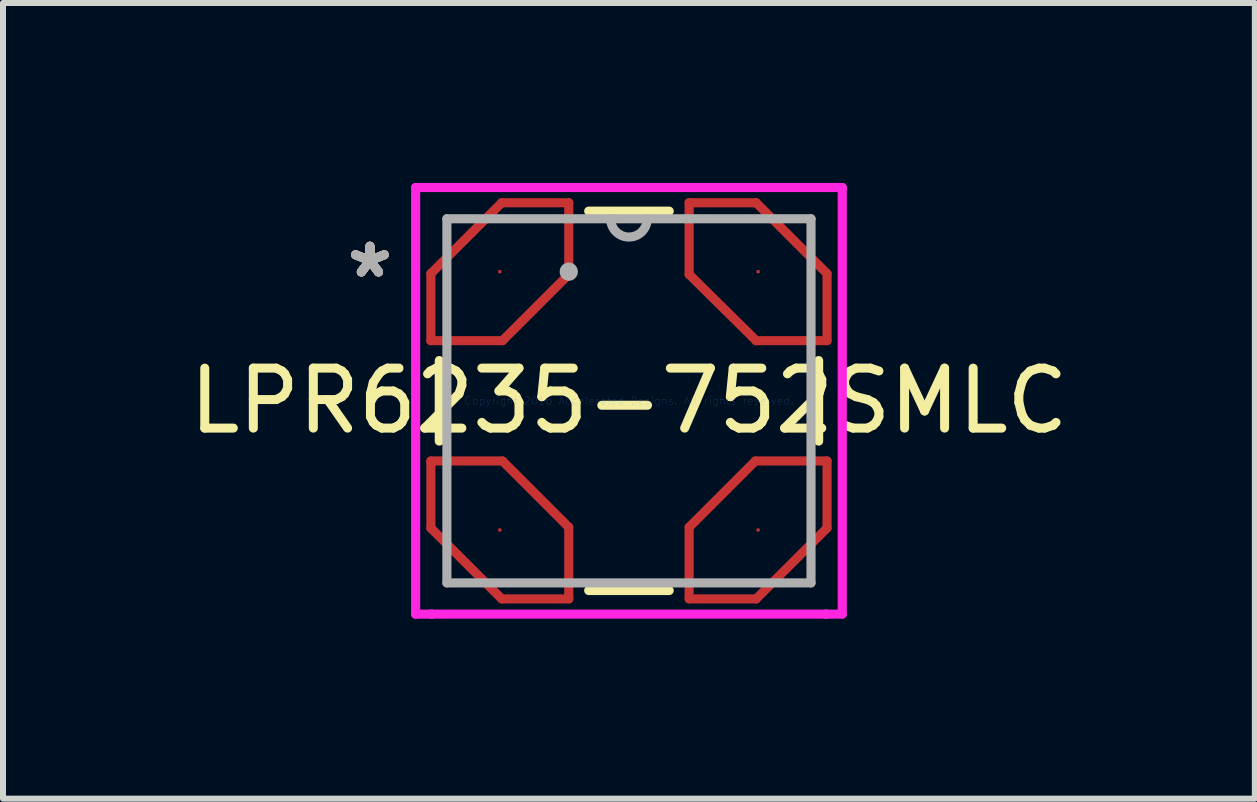
<source format=kicad_pcb>
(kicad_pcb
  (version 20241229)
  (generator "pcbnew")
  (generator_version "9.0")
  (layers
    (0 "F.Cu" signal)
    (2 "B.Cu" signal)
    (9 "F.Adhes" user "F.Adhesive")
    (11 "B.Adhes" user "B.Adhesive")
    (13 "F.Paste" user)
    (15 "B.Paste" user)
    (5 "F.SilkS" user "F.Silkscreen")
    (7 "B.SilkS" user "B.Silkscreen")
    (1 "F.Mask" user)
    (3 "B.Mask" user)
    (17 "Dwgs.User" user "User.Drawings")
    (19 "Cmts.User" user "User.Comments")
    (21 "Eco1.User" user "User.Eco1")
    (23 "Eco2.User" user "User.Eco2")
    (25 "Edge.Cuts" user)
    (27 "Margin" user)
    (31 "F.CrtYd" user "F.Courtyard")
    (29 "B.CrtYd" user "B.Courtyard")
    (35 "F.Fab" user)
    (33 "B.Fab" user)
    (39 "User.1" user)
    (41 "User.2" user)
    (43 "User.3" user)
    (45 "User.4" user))
  (footprint "LPR6235-752SMLC"
    (layer "F.Cu")
    (at 7.435 3.632)
    (property "Reference" "LPR6235-752SMLC" (at 0 0 0) (layer "F.SilkS") (effects (font (size 1 1) (thickness 0.15))))
    (attr through_hole)
    (fp_line (start -3.302 -2.121) (end -2.121 -3.302) (stroke (width 0.152) (type solid)) (layer "F.Cu"))
    (fp_line (start -3.302 -1.003) (end -3.302 -2.121) (stroke (width 0.152) (type solid)) (layer "F.Cu"))
    (fp_line (start -3.302 1.003) (end -3.302 2.121) (stroke (width 0.152) (type solid)) (layer "F.Cu"))
    (fp_line (start -3.302 2.121) (end -2.121 3.302) (stroke (width 0.152) (type solid)) (layer "F.Cu"))
    (fp_line (start -2.121 -3.302) (end -1.003 -3.302) (stroke (width 0.152) (type solid)) (layer "F.Cu"))
    (fp_line (start -2.121 3.302) (end -1.003 3.302) (stroke (width 0.152) (type solid)) (layer "F.Cu"))
    (fp_line (start -2.108 -1.003) (end -3.302 -1.003) (stroke (width 0.152) (type solid)) (layer "F.Cu"))
    (fp_line (start -2.108 1.003) (end -3.302 1.003) (stroke (width 0.152) (type solid)) (layer "F.Cu"))
    (fp_line (start -1.003 -3.302) (end -1.003 -2.108) (stroke (width 0.152) (type solid)) (layer "F.Cu"))
    (fp_line (start -1.003 -2.108) (end -2.108 -1.003) (stroke (width 0.152) (type solid)) (layer "F.Cu"))
    (fp_line (start -1.003 2.108) (end -2.108 1.003) (stroke (width 0.152) (type solid)) (layer "F.Cu"))
    (fp_line (start -1.003 3.302) (end -1.003 2.108) (stroke (width 0.152) (type solid)) (layer "F.Cu"))
    (fp_line (start 1.003 -3.302) (end 1.003 -2.108) (stroke (width 0.152) (type solid)) (layer "F.Cu"))
    (fp_line (start 1.003 -2.108) (end 2.121 -1.003) (stroke (width 0.152) (type solid)) (layer "F.Cu"))
    (fp_line (start 1.003 2.108) (end 2.108 1.003) (stroke (width 0.152) (type solid)) (layer "F.Cu"))
    (fp_line (start 1.003 3.302) (end 1.003 2.108) (stroke (width 0.152) (type solid)) (layer "F.Cu"))
    (fp_line (start 2.108 1.003) (end 3.302 1.003) (stroke (width 0.152) (type solid)) (layer "F.Cu"))
    (fp_line (start 2.121 -3.302) (end 1.003 -3.302) (stroke (width 0.152) (type solid)) (layer "F.Cu"))
    (fp_line (start 2.121 -1.003) (end 3.302 -1.003) (stroke (width 0.152) (type solid)) (layer "F.Cu"))
    (fp_line (start 2.121 3.302) (end 1.003 3.302) (stroke (width 0.152) (type solid)) (layer "F.Cu"))
    (fp_line (start 3.302 -2.121) (end 2.121 -3.302) (stroke (width 0.152) (type solid)) (layer "F.Cu"))
    (fp_line (start 3.302 -1.003) (end 3.302 -2.121) (stroke (width 0.152) (type solid)) (layer "F.Cu"))
    (fp_line (start 3.302 1.003) (end 3.302 2.121) (stroke (width 0.152) (type solid)) (layer "F.Cu"))
    (fp_line (start 3.302 2.121) (end 2.121 3.302) (stroke (width 0.152) (type solid)) (layer "F.Cu"))
    (fp_line (start -3.162 -0.671) (end -3.162 0.671) (stroke (width 0.152) (type solid)) (layer "F.SilkS"))
    (fp_line (start -0.671 3.162) (end 0.671 3.162) (stroke (width 0.152) (type solid)) (layer "F.SilkS"))
    (fp_line (start 0.671 -3.162) (end -0.671 -3.162) (stroke (width 0.152) (type solid)) (layer "F.SilkS"))
    (fp_line (start 3.162 0.671) (end 3.162 -0.671) (stroke (width 0.152) (type solid)) (layer "F.SilkS"))
    (fp_line (start -3.556 -3.556) (end -3.289 -3.556) (stroke (width 0.152) (type solid)) (layer "F.CrtYd"))
    (fp_line (start -3.556 3.556) (end -3.556 -3.556) (stroke (width 0.152) (type solid)) (layer "F.CrtYd"))
    (fp_line (start -3.289 -3.556) (end -3.289 -3.556) (stroke (width 0.152) (type solid)) (layer "F.CrtYd"))
    (fp_line (start -3.289 -3.556) (end 3.289 -3.556) (stroke (width 0.152) (type solid)) (layer "F.CrtYd"))
    (fp_line (start -3.289 3.556) (end -3.556 3.556) (stroke (width 0.152) (type solid)) (layer "F.CrtYd"))
    (fp_line (start -3.289 3.556) (end -3.289 3.556) (stroke (width 0.152) (type solid)) (layer "F.CrtYd"))
    (fp_line (start 3.289 -3.556) (end 3.289 -3.556) (stroke (width 0.152) (type solid)) (layer "F.CrtYd"))
    (fp_line (start 3.289 -3.556) (end 3.556 -3.556) (stroke (width 0.152) (type solid)) (layer "F.CrtYd"))
    (fp_line (start 3.289 3.556) (end -3.289 3.556) (stroke (width 0.152) (type solid)) (layer "F.CrtYd"))
    (fp_line (start 3.289 3.556) (end 3.289 3.556) (stroke (width 0.152) (type solid)) (layer "F.CrtYd"))
    (fp_line (start 3.556 -3.556) (end 3.556 3.556) (stroke (width 0.152) (type solid)) (layer "F.CrtYd"))
    (fp_line (start 3.556 3.556) (end 3.289 3.556) (stroke (width 0.152) (type solid)) (layer "F.CrtYd"))
    (fp_line (start -3.035 -3.035) (end -3.035 3.035) (stroke (width 0.152) (type solid)) (layer "F.Fab"))
    (fp_line (start -3.035 3.035) (end 3.035 3.035) (stroke (width 0.152) (type solid)) (layer "F.Fab"))
    (fp_line (start 3.035 -3.035) (end -3.035 -3.035) (stroke (width 0.152) (type solid)) (layer "F.Fab"))
    (fp_line (start 3.035 3.035) (end 3.035 -3.035) (stroke (width 0.152) (type solid)) (layer "F.Fab"))
    (fp_arc (start 0.3048 -3.0353) (mid 0 -2.7305) (end -0.3048 -3.0353) (stroke (width 0.1524) (type solid)) (layer "F.Fab"))
    (fp_circle (center -1.003 -2.153) (end -1.003 -2.153) (stroke (width 0.152) (type solid)) (fill no) (layer "F.Fab"))
    (fp_text user "*" (at -4.318 -2.032 0) (layer "F.SilkS") (effects (font (size 1 1) (thickness 0.15))))
    (fp_text user "*" (at -4.318 -2.032 0) (layer "F.SilkS") (effects (font (size 1 1) (thickness 0.15))))
    (fp_text user "*" (at -4.318 -2.032 0) (layer "B.SilkS") (effects (font (size 1 1) (thickness 0.15))))
    (fp_text user "Copyright 2016 Accelerated Designs. All rights reserved." (at 0 0 0) (layer "Cmts.User") (effects (font (size 0.127 0.127) (thickness 0.002))))
    (fp_text user "*" (at -4.318 -2.032 0) (layer "F.Fab") (effects (font (size 1 1) (thickness 0.15))))
    (fp_text user "*" (at -4.318 -2.032 0) (layer "F.Fab") (effects (font (size 1 1) (thickness 0.15))))
    (pad "1" smd rect (at -2.153 -2.153) (size 0.051 0.051) (layers "F.Cu" "F.Mask" "F.Paste"))
    (pad "2" smd rect (at -2.153 2.153) (size 0.051 0.051) (layers "F.Cu" "F.Mask" "F.Paste"))
    (pad "3" smd rect (at 2.153 2.153) (size 0.051 0.051) (layers "F.Cu" "F.Mask" "F.Paste"))
    (pad "4" smd rect (at 2.153 -2.153) (size 0.051 0.051) (layers "F.Cu" "F.Mask" "F.Paste")))
  (gr_rect
    (start -3 -3)
    (end 17.869 10.264)
    (stroke (width 0.1) (type default))
    (fill no)
    (layer "Edge.Cuts")))
</source>
